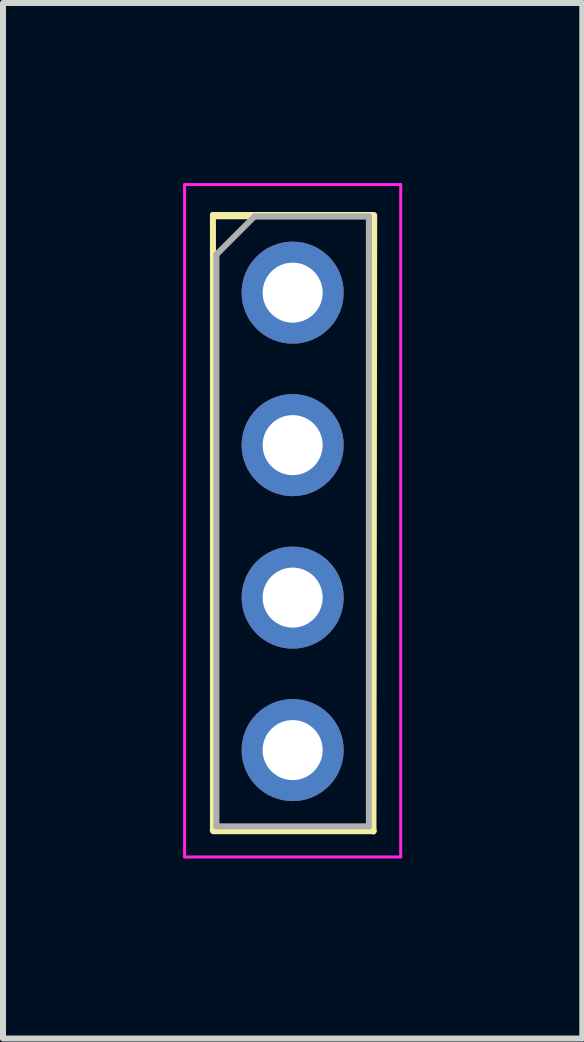
<source format=kicad_pcb>
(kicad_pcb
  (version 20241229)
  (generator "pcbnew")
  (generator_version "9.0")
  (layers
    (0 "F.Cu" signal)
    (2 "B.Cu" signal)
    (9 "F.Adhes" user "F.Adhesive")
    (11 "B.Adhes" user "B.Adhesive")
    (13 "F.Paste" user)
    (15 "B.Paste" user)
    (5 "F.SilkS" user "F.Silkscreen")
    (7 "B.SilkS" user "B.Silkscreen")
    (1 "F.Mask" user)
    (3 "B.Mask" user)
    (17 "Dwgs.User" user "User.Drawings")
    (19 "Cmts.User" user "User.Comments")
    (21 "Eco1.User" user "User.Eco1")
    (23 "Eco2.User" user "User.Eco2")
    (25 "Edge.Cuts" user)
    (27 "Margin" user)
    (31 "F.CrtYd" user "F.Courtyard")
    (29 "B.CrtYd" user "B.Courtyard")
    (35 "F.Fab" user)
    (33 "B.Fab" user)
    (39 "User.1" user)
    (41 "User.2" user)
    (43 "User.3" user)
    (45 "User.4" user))
  (footprint "I2C"
    (layer "F.Cu")
    (at 1.825 1.825)
    (property "Reference" "I2C" (at 0.012 -0.05 90) (layer "F.SilkS") (effects (font (size 0.127 0.127) (thickness 0.032))))
    (attr through_hole)
    (fp_line (start -1.328 8.942) (end -1.328 -1.295) (stroke (width 0.1) (type solid)) (layer "F.SilkS"))
    (fp_line (start -1.32 8.961) (end 1.34 8.961) (stroke (width 0.12) (type solid)) (layer "F.SilkS"))
    (fp_line (start -1.317 -1.283) (end 1.343 -1.283) (stroke (width 0.12) (type solid)) (layer "F.SilkS"))
    (fp_line (start 1.358 -1.288) (end 1.346 8.976) (stroke (width 0.1) (type solid)) (layer "F.SilkS"))
    (fp_line (start -1.8 -1.8) (end -1.8 9.4) (stroke (width 0.05) (type solid)) (layer "F.CrtYd"))
    (fp_line (start -1.8 9.4) (end 1.8 9.4) (stroke (width 0.05) (type solid)) (layer "F.CrtYd"))
    (fp_line (start 1.8 -1.8) (end -1.8 -1.8) (stroke (width 0.05) (type solid)) (layer "F.CrtYd"))
    (fp_line (start 1.8 9.4) (end 1.8 -1.8) (stroke (width 0.05) (type solid)) (layer "F.CrtYd"))
    (fp_line (start -1.27 -0.635) (end -0.635 -1.27) (stroke (width 0.1) (type solid)) (layer "F.Fab"))
    (fp_line (start -1.27 8.89) (end -1.27 -0.635) (stroke (width 0.1) (type solid)) (layer "F.Fab"))
    (fp_line (start -0.635 -1.27) (end 1.27 -1.27) (stroke (width 0.1) (type solid)) (layer "F.Fab"))
    (fp_line (start 1.27 -1.27) (end 1.27 8.89) (stroke (width 0.1) (type solid)) (layer "F.Fab"))
    (fp_line (start 1.27 8.89) (end -1.27 8.89) (stroke (width 0.1) (type solid)) (layer "F.Fab"))
    (fp_text user "${REFERENCE}" (at -0.194 -0.038 90) (layer "F.Fab") (effects (font (size 0.127 0.127) (thickness 0.032))))
    (pad "1" thru_hole circle (at 0 0) (size 1.7 1.7) (drill 1) (layers "*.Cu" "*.Mask"))
    (pad "2" thru_hole oval (at 0 2.54) (size 1.7 1.7) (drill 1) (layers "*.Cu" "*.Mask"))
    (pad "3" thru_hole oval (at 0 5.08) (size 1.7 1.7) (drill 1) (layers "*.Cu" "*.Mask"))
    (pad "4" thru_hole oval (at 0 7.62) (size 1.7 1.7) (drill 1) (layers "*.Cu" "*.Mask")))
  (gr_rect
    (start -3 -3)
    (end 6.65 14.25)
    (stroke (width 0.1) (type default))
    (fill no)
    (layer "Edge.Cuts")))
</source>
